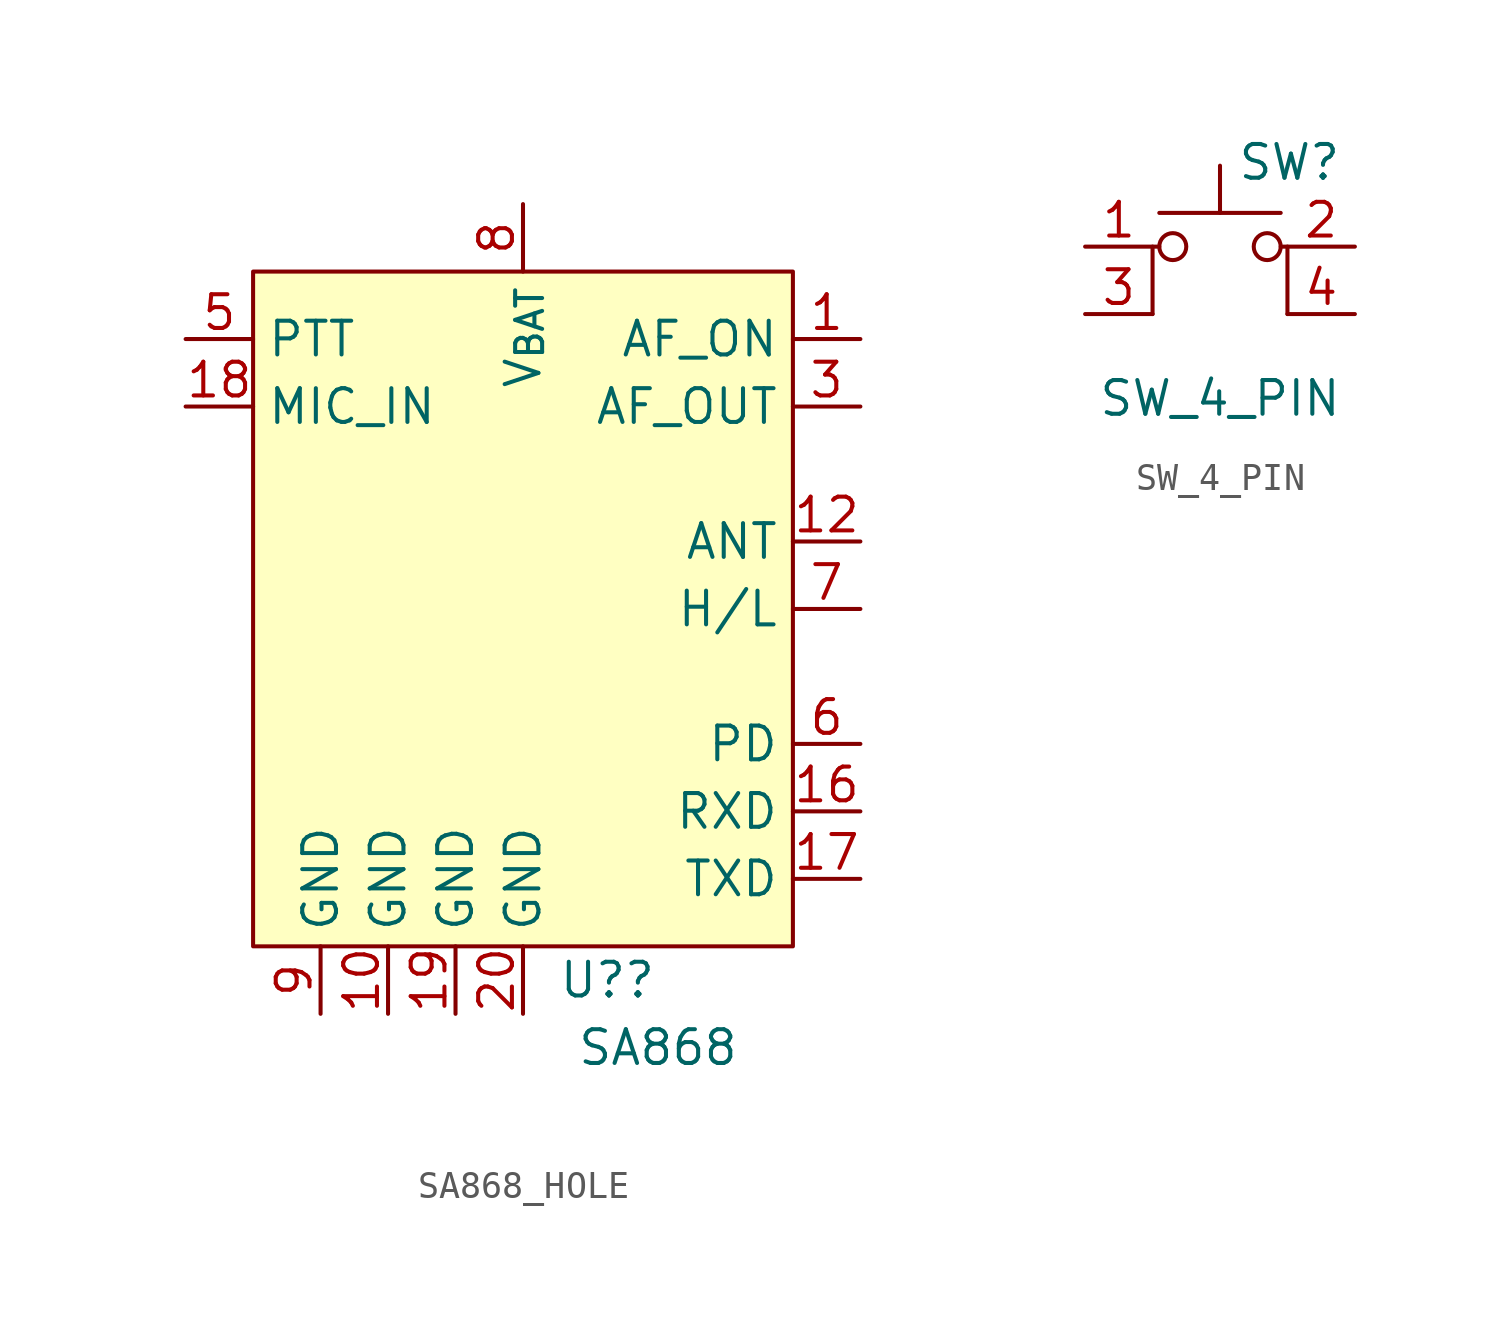
<source format=kicad_sym>
(kicad_symbol_lib
  (version 20231120)
  (generator "kicad_symbol_editor")
  (generator_version "8.0")
  (symbol "SA868_HOLE"
    (property "Reference" "U?"
      (at 3.175 -15.24 0)
      (effects (font (size 1.27 1.27))))
    (property "Value" "SA868"
      (at 5.08 -17.78 0)
      (effects (font (size 1.27 1.27))))
    (symbol "SA868_HOLE_1_1"
      (rectangle (start -10.16 11.43) (end 10.16 -13.97) (stroke (width 0) (type default)) (fill (type background)))
      (pin output line (at 12.7 8.89 180) (length 2.54) (name "AF_ON" (effects (font (size 1.27 1.27)))) (number "1" (effects (font (size 1.27 1.27)))))
      (pin power_in line (at -5.08 -16.51 90) (length 2.54) (name "GND" (effects (font (size 1.27 1.27)))) (number "10" (effects (font (size 1.27 1.27)))))
      (pin bidirectional line (at 12.7 1.27 180) (length 2.54) (name "ANT" (effects (font (size 1.27 1.27)))) (number "12" (effects (font (size 1.27 1.27)))))
      (pin input line (at 12.7 -8.89 180) (length 2.54) (name "RXD" (effects (font (size 1.27 1.27)))) (number "16" (effects (font (size 1.27 1.27)))))
      (pin output line (at 12.7 -11.43 180) (length 2.54) (name "TXD" (effects (font (size 1.27 1.27)))) (number "17" (effects (font (size 1.27 1.27)))))
      (pin input line (at -12.7 6.35 0) (length 2.54) (name "MIC_IN" (effects (font (size 1.27 1.27)))) (number "18" (effects (font (size 1.27 1.27)))))
      (pin power_in line (at -2.54 -16.51 90) (length 2.54) (name "GND" (effects (font (size 1.27 1.27)))) (number "19" (effects (font (size 1.27 1.27)))))
      (pin power_in line (at 0 -16.51 90) (length 2.54) (name "GND" (effects (font (size 1.27 1.27)))) (number "20" (effects (font (size 1.27 1.27)))))
      (pin output line (at 12.7 6.35 180) (length 2.54) (name "AF_OUT" (effects (font (size 1.27 1.27)))) (number "3" (effects (font (size 1.27 1.27)))))
      (pin input line (at -12.7 8.89 0) (length 2.54) (name "PTT" (effects (font (size 1.27 1.27)))) (number "5" (effects (font (size 1.27 1.27)))))
      (pin input line (at 12.7 -6.35 180) (length 2.54) (name "PD" (effects (font (size 1.27 1.27)))) (number "6" (effects (font (size 1.27 1.27)))))
      (pin open_collector line (at 12.7 -1.27 180) (length 2.54) (name "H/L" (effects (font (size 1.27 1.27)))) (number "7" (effects (font (size 1.27 1.27)))))
      (pin power_in line (at 0 13.97 270) (length 2.54) (name "V_{BAT}" (effects (font (size 1.27 1.27)))) (number "8" (effects (font (size 1.27 1.27)))))
      (pin power_in line (at -7.62 -16.51 90) (length 2.54) (name "GND" (effects (font (size 1.27 1.27)))) (number "9" (effects (font (size 1.27 1.27)))))))
  (symbol "SW_4_PIN"
    (pin_names
      (offset 1.016) hide)
    (property "Reference" "SW"
      (at 0.635 5.715 0)
      (effects (font (size 1.27 1.27)) (justify left)))
    (property "Value" "SW_4_PIN"
      (at 0 -3.175 0)
      (effects (font (size 1.27 1.27))))
    (symbol "SW_4_PIN_0_1"
      (circle (center -1.778 2.54) (radius 0.508) (stroke (width 0) (type default)) (fill (type none)))
      (polyline (pts (xy -2.286 3.81) (xy 2.286 3.81)) (stroke (width 0) (type default)) (fill (type none)))
      (polyline (pts (xy 0 3.81) (xy 0 5.588)) (stroke (width 0) (type default)) (fill (type none)))
      (polyline (pts (xy -2.54 0) (xy -2.54 2.54) (xy -2.286 2.54)) (stroke (width 0) (type default)) (fill (type none)))
      (polyline (pts (xy 2.54 0) (xy 2.54 2.54) (xy 2.286 2.54)) (stroke (width 0) (type default)) (fill (type none)))
      (circle (center 1.778 2.54) (radius 0.508) (stroke (width 0) (type default)) (fill (type none)))
      (pin passive line (at -5.08 2.54 0) (length 2.54) (name "1" (effects (font (size 1.27 1.27)))) (number "1" (effects (font (size 1.27 1.27)))))
      (pin passive line (at 5.08 2.54 180) (length 2.54) (name "2" (effects (font (size 1.27 1.27)))) (number "2" (effects (font (size 1.27 1.27)))))
      (pin passive line (at -5.08 0 0) (length 2.54) (name "K" (effects (font (size 1.27 1.27)))) (number "3" (effects (font (size 1.27 1.27)))))
      (pin passive line (at 5.08 0 180) (length 2.54) (name "A" (effects (font (size 1.27 1.27)))) (number "4" (effects (font (size 1.27 1.27))))))))
</source>
